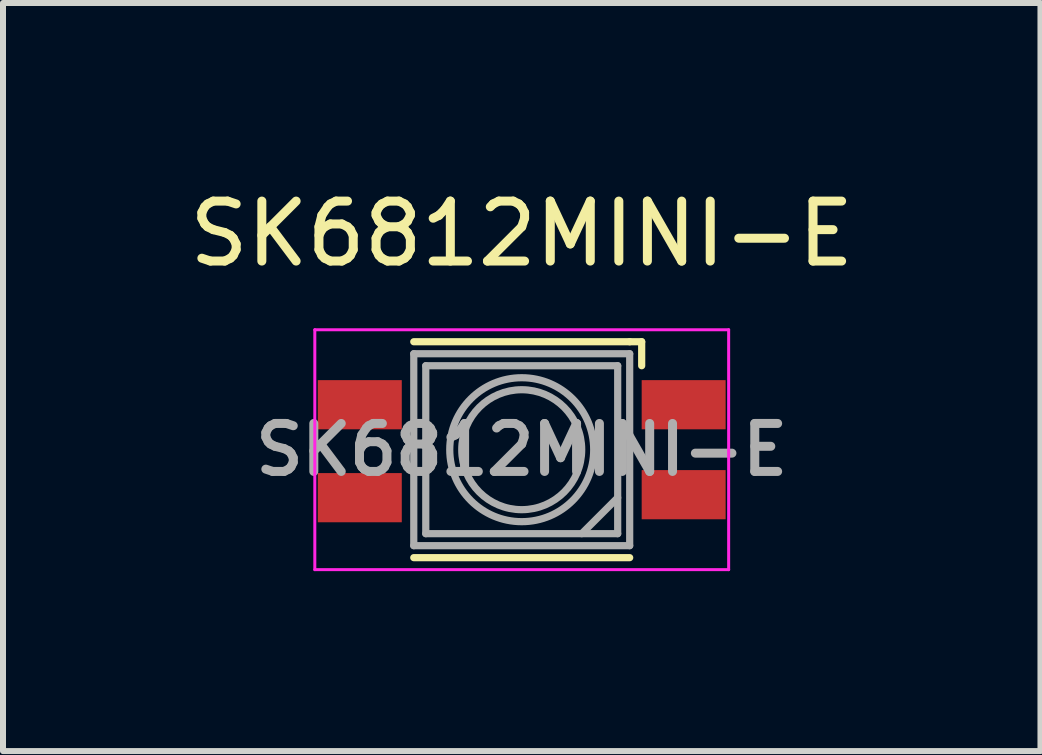
<source format=kicad_pcb>
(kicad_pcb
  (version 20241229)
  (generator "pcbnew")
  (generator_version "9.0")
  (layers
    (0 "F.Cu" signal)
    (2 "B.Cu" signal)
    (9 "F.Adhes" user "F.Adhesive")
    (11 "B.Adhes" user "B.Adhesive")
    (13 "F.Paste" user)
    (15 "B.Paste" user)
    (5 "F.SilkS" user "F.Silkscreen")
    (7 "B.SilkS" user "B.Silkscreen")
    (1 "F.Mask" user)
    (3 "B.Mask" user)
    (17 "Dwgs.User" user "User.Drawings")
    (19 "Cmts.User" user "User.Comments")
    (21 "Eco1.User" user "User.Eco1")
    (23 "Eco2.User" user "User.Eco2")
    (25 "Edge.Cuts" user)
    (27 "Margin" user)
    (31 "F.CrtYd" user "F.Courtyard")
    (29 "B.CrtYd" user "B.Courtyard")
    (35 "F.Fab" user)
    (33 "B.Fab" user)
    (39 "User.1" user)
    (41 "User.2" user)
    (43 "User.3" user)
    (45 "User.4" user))
  (footprint "SK6812MINI-E"
    (layer "F.Cu")
    (at 5.649 4.448)
    (property "Reference" "SK6812MINI-E" (at 0 -3.6 0) (layer "F.SilkS") (effects (font (size 1 1) (thickness 0.15))))
    (attr smd)
    (fp_line (start -1.8 -1.8) (end 1.8 -1.8) (stroke (width 0.12) (type solid)) (layer "F.SilkS"))
    (fp_line (start -1.8 1.8) (end 1.8 1.8) (stroke (width 0.12) (type solid)) (layer "F.SilkS"))
    (fp_line (start 1.8 -1.8) (end 2 -1.8) (stroke (width 0.12) (type solid)) (layer "F.SilkS"))
    (fp_line (start 2 -1.8) (end 2 -1.4) (stroke (width 0.12) (type solid)) (layer "F.SilkS"))
    (fp_line (start -3.45 -2) (end -3.45 2) (stroke (width 0.05) (type solid)) (layer "F.CrtYd"))
    (fp_line (start -3.45 2) (end 3.45 2) (stroke (width 0.05) (type solid)) (layer "F.CrtYd"))
    (fp_line (start 3.45 -2) (end -3.45 -2) (stroke (width 0.05) (type solid)) (layer "F.CrtYd"))
    (fp_line (start 3.45 2) (end 3.45 -2) (stroke (width 0.05) (type solid)) (layer "F.CrtYd"))
    (fp_line (start -1.8 -1.6) (end 1.8 -1.6) (stroke (width 0.12) (type solid)) (layer "F.Fab"))
    (fp_line (start -1.8 1.6) (end -1.8 -1.6) (stroke (width 0.12) (type solid)) (layer "F.Fab"))
    (fp_line (start -1.6 -1.4) (end 1.6 -1.4) (stroke (width 0.12) (type solid)) (layer "F.Fab"))
    (fp_line (start -1.6 1.4) (end -1.6 -1.4) (stroke (width 0.12) (type solid)) (layer "F.Fab"))
    (fp_line (start 1.6 -1.4) (end 1.6 1.4) (stroke (width 0.12) (type solid)) (layer "F.Fab"))
    (fp_line (start 1.6 0.8) (end 1 1.4) (stroke (width 0.12) (type solid)) (layer "F.Fab"))
    (fp_line (start 1.6 1.4) (end -1.6 1.4) (stroke (width 0.12) (type solid)) (layer "F.Fab"))
    (fp_line (start 1.8 -1.6) (end 1.8 1.6) (stroke (width 0.12) (type solid)) (layer "F.Fab"))
    (fp_line (start 1.8 1.6) (end -1.8 1.6) (stroke (width 0.12) (type solid)) (layer "F.Fab"))
    (fp_circle (center 0 0) (end 0 -1.2) (stroke (width 0.12) (type solid)) (fill no) (layer "F.Fab"))
    (fp_circle (center 0 0) (end 0 -1) (stroke (width 0.12) (type solid)) (fill no) (layer "F.Fab"))
    (fp_text user "${REFERENCE}" (at 0 0 0) (layer "F.Fab") (effects (font (size 0.8 0.8) (thickness 0.15))))
    (pad "1" smd rect (at 2.7 -0.75) (size 1.4 0.82) (layers "F.Cu" "F.Mask" "F.Paste"))
    (pad "2" smd rect (at 2.7 0.75) (size 1.4 0.82) (layers "F.Cu" "F.Mask" "F.Paste"))
    (pad "3" smd rect (at -2.7 0.8) (size 1.4 0.82) (layers "F.Cu" "F.Mask" "F.Paste"))
    (pad "4" smd rect (at -2.7 -0.75) (size 1.4 0.82) (layers "F.Cu" "F.Mask" "F.Paste")))
  (gr_rect
    (start -3 -3)
    (end 14.298 9.473)
    (stroke (width 0.1) (type default))
    (fill no)
    (layer "Edge.Cuts")))
</source>
